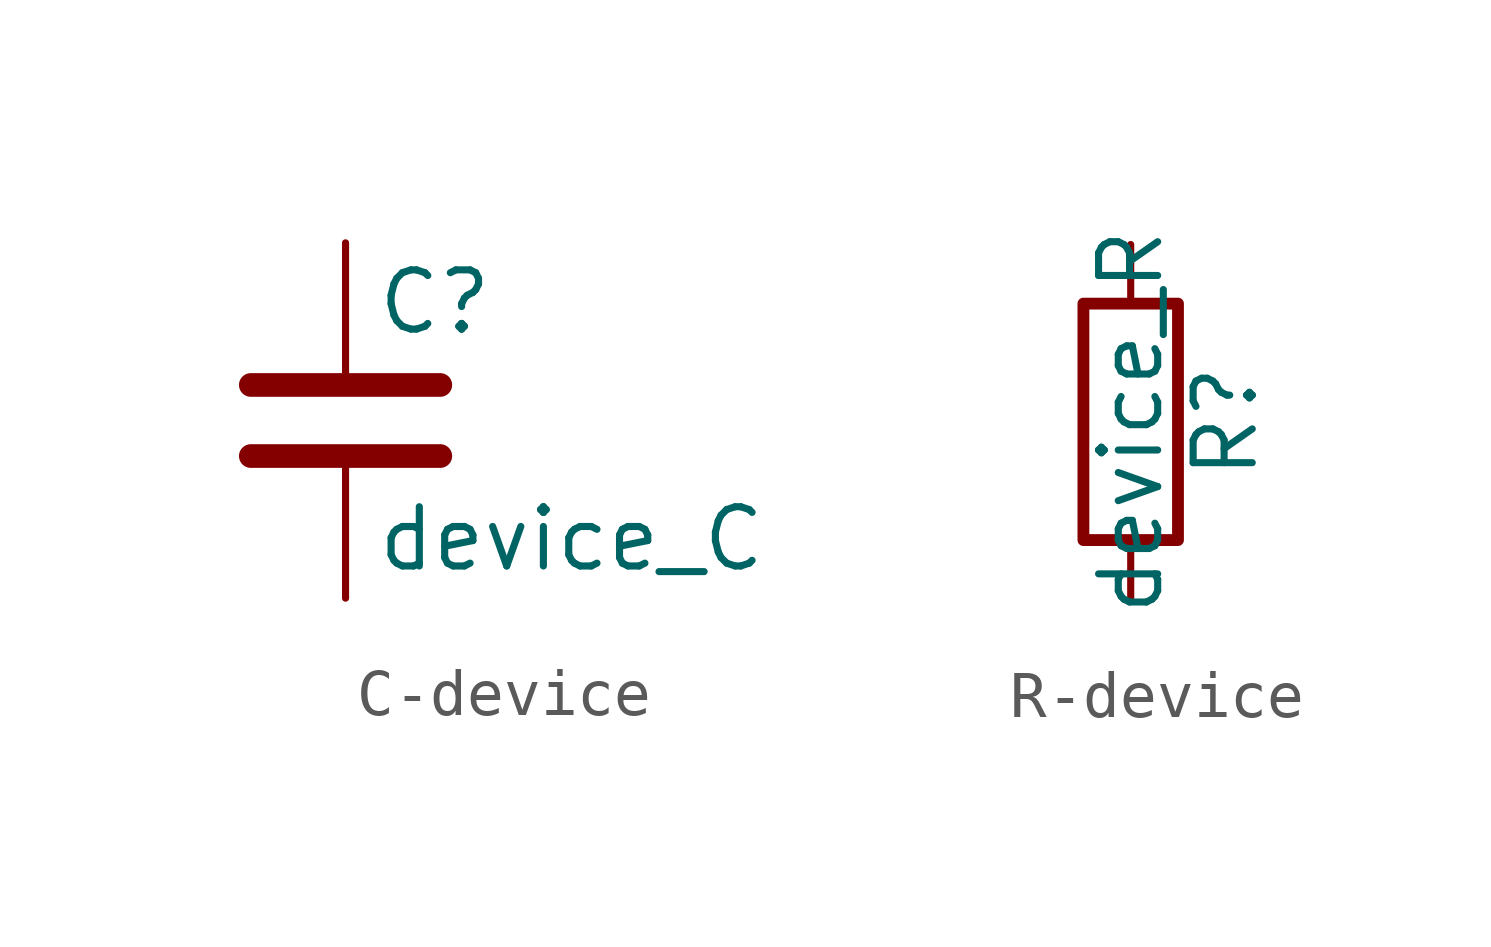
<source format=kicad_sym>
(kicad_symbol_lib
  (version 20220914)
  (generator kicad_symbol_editor)
  (symbol "C-device"
    (pin_numbers hide)
    (pin_names
      (offset 0.254))
    (property "Reference" "C"
      (at 0.635 2.54 0)
      (effects (font (size 1.27 1.27)) (justify left)))
    (property "Value" "device_C"
      (at 0.635 -2.54 0)
      (effects (font (size 1.27 1.27)) (justify left)))
    (property "Footprint" ""
      (at 0.965 -3.81 0)
      (effects (font (size 0.762 0.762))))
    (property "Datasheet" ""
      (at 0 0 0)
      (effects (font (size 1.524 1.524))))
    (symbol "C-device_0_1"
      (polyline (pts (xy -2.032 -0.762) (xy 2.032 -0.762)) (stroke (width 0.508) (type solid)) (fill (type none)))
      (polyline (pts (xy -2.032 0.762) (xy 2.032 0.762)) (stroke (width 0.508) (type solid)) (fill (type none))))
    (symbol "C-device_1_1"
      (pin passive line (at 0 3.81 270) (length 2.794) (name "~" (effects (font (size 1.016 1.016)))) (number "1" (effects (font (size 1.016 1.016)))))
      (pin passive line (at 0 -3.81 90) (length 2.794) (name "~" (effects (font (size 1.016 1.016)))) (number "2" (effects (font (size 1.016 1.016)))))))
  (symbol "R-device"
    (pin_numbers hide)
    (pin_names
      (offset 0))
    (property "Reference" "R"
      (at 2.032 0 90)
      (effects (font (size 1.27 1.27))))
    (property "Value" "device_R"
      (at 0 0 90)
      (effects (font (size 1.27 1.27))))
    (property "Footprint" ""
      (at -1.778 0 90)
      (effects (font (size 0.762 0.762))))
    (property "Datasheet" ""
      (at 0 0 0)
      (effects (font (size 0.762 0.762))))
    (symbol "R-device_0_1"
      (rectangle (start -1.016 -2.54) (end 1.016 2.54) (stroke (width 0.254) (type solid)) (fill (type none))))
    (symbol "R-device_1_1"
      (pin passive line (at 0 3.81 270) (length 1.27) (name "~" (effects (font (size 1.524 1.524)))) (number "1" (effects (font (size 1.524 1.524)))))
      (pin passive line (at 0 -3.81 90) (length 1.27) (name "~" (effects (font (size 1.524 1.524)))) (number "2" (effects (font (size 1.524 1.524))))))))
</source>
